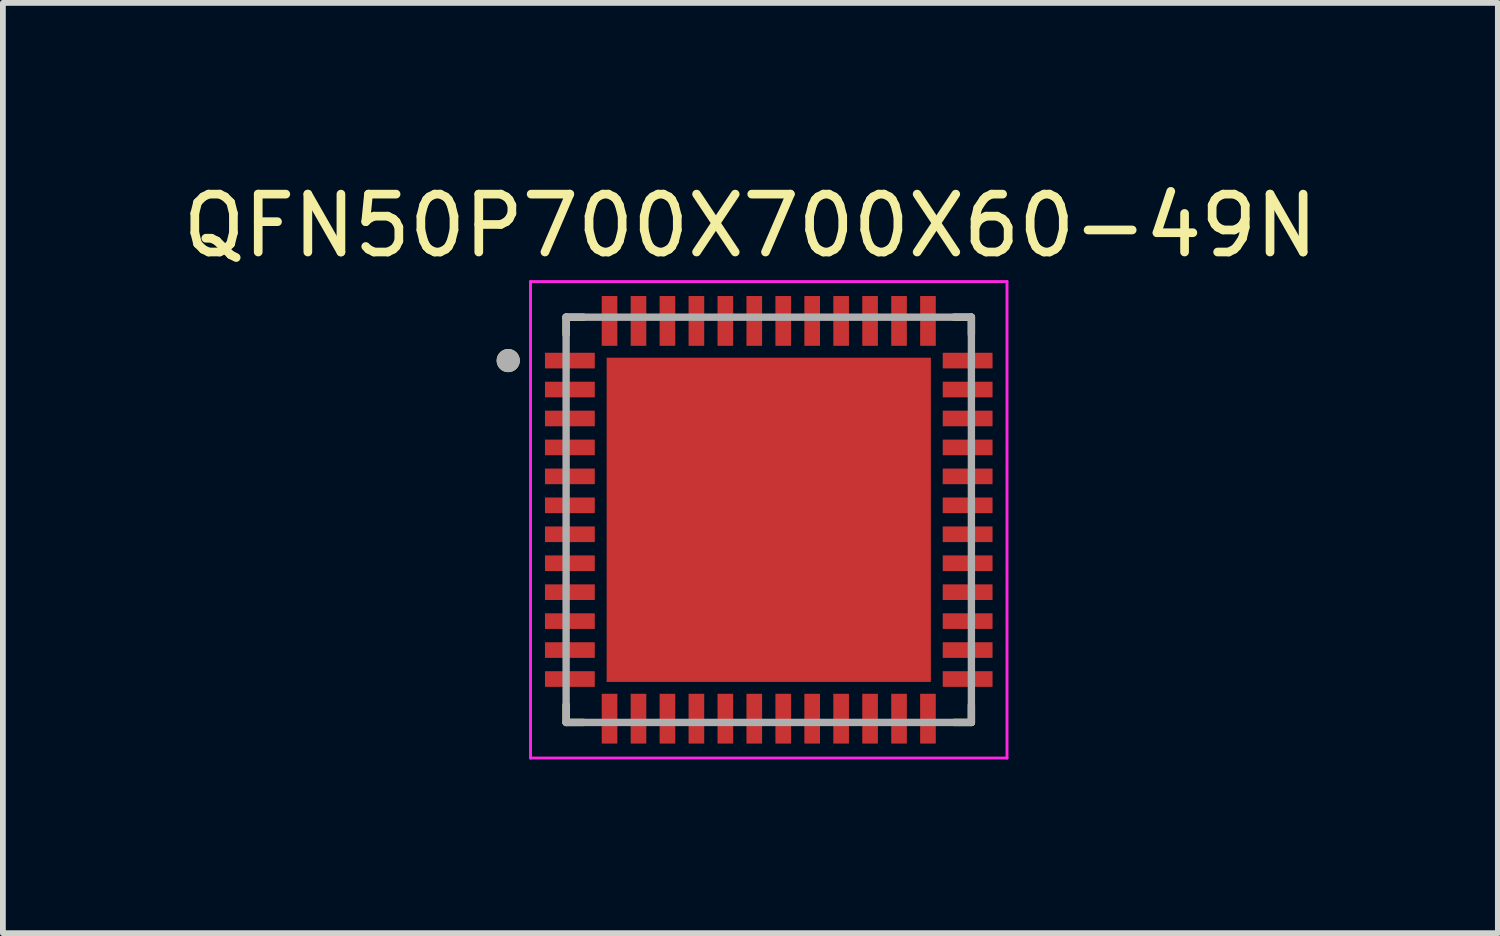
<source format=kicad_pcb>
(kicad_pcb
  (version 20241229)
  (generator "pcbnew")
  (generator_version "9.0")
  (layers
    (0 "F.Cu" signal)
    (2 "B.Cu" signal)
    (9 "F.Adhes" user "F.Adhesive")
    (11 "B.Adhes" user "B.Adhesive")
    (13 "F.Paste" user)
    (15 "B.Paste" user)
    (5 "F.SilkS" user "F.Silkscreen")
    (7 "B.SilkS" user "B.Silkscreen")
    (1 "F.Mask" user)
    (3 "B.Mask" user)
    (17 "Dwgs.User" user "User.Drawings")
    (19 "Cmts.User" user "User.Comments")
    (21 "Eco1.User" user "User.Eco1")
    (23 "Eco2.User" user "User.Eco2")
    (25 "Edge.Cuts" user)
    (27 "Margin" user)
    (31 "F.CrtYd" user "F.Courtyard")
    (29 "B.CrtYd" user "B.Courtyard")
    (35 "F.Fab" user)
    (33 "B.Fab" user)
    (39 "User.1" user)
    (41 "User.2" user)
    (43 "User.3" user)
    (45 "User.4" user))
  (footprint "QFN50P700X700X60-49N"
    (layer "F.Cu")
    (at 10.228 5.928)
    (property "Reference" "QFN50P700X700X60-49N" (at -0.318 -5.08 0) (layer "F.SilkS") (effects (font (size 1 1) (thickness 0.15))))
    (attr smd)
    (fp_poly (pts (xy -3.915 -2.935) (xy -2.955 -2.935) (xy -2.955 -2.565) (xy -3.915 -2.565)) (stroke (width 0.01) (type solid)) (fill yes) (layer "F.Mask"))
    (fp_poly (pts (xy -3.915 -2.435) (xy -2.955 -2.435) (xy -2.955 -2.065) (xy -3.915 -2.065)) (stroke (width 0.01) (type solid)) (fill yes) (layer "F.Mask"))
    (fp_poly (pts (xy -3.915 -1.935) (xy -2.955 -1.935) (xy -2.955 -1.565) (xy -3.915 -1.565)) (stroke (width 0.01) (type solid)) (fill yes) (layer "F.Mask"))
    (fp_poly (pts (xy -3.915 -1.435) (xy -2.955 -1.435) (xy -2.955 -1.065) (xy -3.915 -1.065)) (stroke (width 0.01) (type solid)) (fill yes) (layer "F.Mask"))
    (fp_poly (pts (xy -3.915 -0.935) (xy -2.955 -0.935) (xy -2.955 -0.565) (xy -3.915 -0.565)) (stroke (width 0.01) (type solid)) (fill yes) (layer "F.Mask"))
    (fp_poly (pts (xy -3.915 -0.435) (xy -2.955 -0.435) (xy -2.955 -0.065) (xy -3.915 -0.065)) (stroke (width 0.01) (type solid)) (fill yes) (layer "F.Mask"))
    (fp_poly (pts (xy -3.915 0.065) (xy -2.955 0.065) (xy -2.955 0.435) (xy -3.915 0.435)) (stroke (width 0.01) (type solid)) (fill yes) (layer "F.Mask"))
    (fp_poly (pts (xy -3.915 0.565) (xy -2.955 0.565) (xy -2.955 0.935) (xy -3.915 0.935)) (stroke (width 0.01) (type solid)) (fill yes) (layer "F.Mask"))
    (fp_poly (pts (xy -3.915 1.065) (xy -2.955 1.065) (xy -2.955 1.435) (xy -3.915 1.435)) (stroke (width 0.01) (type solid)) (fill yes) (layer "F.Mask"))
    (fp_poly (pts (xy -3.915 1.565) (xy -2.955 1.565) (xy -2.955 1.935) (xy -3.915 1.935)) (stroke (width 0.01) (type solid)) (fill yes) (layer "F.Mask"))
    (fp_poly (pts (xy -3.915 2.065) (xy -2.955 2.065) (xy -2.955 2.435) (xy -3.915 2.435)) (stroke (width 0.01) (type solid)) (fill yes) (layer "F.Mask"))
    (fp_poly (pts (xy -3.915 2.565) (xy -2.955 2.565) (xy -2.955 2.935) (xy -3.915 2.935)) (stroke (width 0.01) (type solid)) (fill yes) (layer "F.Mask"))
    (fp_poly (pts (xy -2.935 -3.915) (xy -2.565 -3.915) (xy -2.565 -2.955) (xy -2.935 -2.955)) (stroke (width 0.01) (type solid)) (fill yes) (layer "F.Mask"))
    (fp_poly (pts (xy -2.935 2.955) (xy -2.565 2.955) (xy -2.565 3.915) (xy -2.935 3.915)) (stroke (width 0.01) (type solid)) (fill yes) (layer "F.Mask"))
    (fp_poly (pts (xy -2.85 -2.85) (xy 2.85 -2.85) (xy 2.85 2.85) (xy -2.85 2.85)) (stroke (width 0.01) (type solid)) (fill yes) (layer "F.Mask"))
    (fp_poly (pts (xy -2.435 -3.915) (xy -2.065 -3.915) (xy -2.065 -2.955) (xy -2.435 -2.955)) (stroke (width 0.01) (type solid)) (fill yes) (layer "F.Mask"))
    (fp_poly (pts (xy -2.435 2.955) (xy -2.065 2.955) (xy -2.065 3.915) (xy -2.435 3.915)) (stroke (width 0.01) (type solid)) (fill yes) (layer "F.Mask"))
    (fp_poly (pts (xy -1.935 -3.915) (xy -1.565 -3.915) (xy -1.565 -2.955) (xy -1.935 -2.955)) (stroke (width 0.01) (type solid)) (fill yes) (layer "F.Mask"))
    (fp_poly (pts (xy -1.935 2.955) (xy -1.565 2.955) (xy -1.565 3.915) (xy -1.935 3.915)) (stroke (width 0.01) (type solid)) (fill yes) (layer "F.Mask"))
    (fp_poly (pts (xy -1.435 -3.915) (xy -1.065 -3.915) (xy -1.065 -2.955) (xy -1.435 -2.955)) (stroke (width 0.01) (type solid)) (fill yes) (layer "F.Mask"))
    (fp_poly (pts (xy -1.435 2.955) (xy -1.065 2.955) (xy -1.065 3.915) (xy -1.435 3.915)) (stroke (width 0.01) (type solid)) (fill yes) (layer "F.Mask"))
    (fp_poly (pts (xy -0.935 -3.915) (xy -0.565 -3.915) (xy -0.565 -2.955) (xy -0.935 -2.955)) (stroke (width 0.01) (type solid)) (fill yes) (layer "F.Mask"))
    (fp_poly (pts (xy -0.935 2.955) (xy -0.565 2.955) (xy -0.565 3.915) (xy -0.935 3.915)) (stroke (width 0.01) (type solid)) (fill yes) (layer "F.Mask"))
    (fp_poly (pts (xy -0.435 -3.915) (xy -0.065 -3.915) (xy -0.065 -2.955) (xy -0.435 -2.955)) (stroke (width 0.01) (type solid)) (fill yes) (layer "F.Mask"))
    (fp_poly (pts (xy -0.435 2.955) (xy -0.065 2.955) (xy -0.065 3.915) (xy -0.435 3.915)) (stroke (width 0.01) (type solid)) (fill yes) (layer "F.Mask"))
    (fp_poly (pts (xy 0.065 -3.915) (xy 0.435 -3.915) (xy 0.435 -2.955) (xy 0.065 -2.955)) (stroke (width 0.01) (type solid)) (fill yes) (layer "F.Mask"))
    (fp_poly (pts (xy 0.065 2.955) (xy 0.435 2.955) (xy 0.435 3.915) (xy 0.065 3.915)) (stroke (width 0.01) (type solid)) (fill yes) (layer "F.Mask"))
    (fp_poly (pts (xy 0.565 -3.915) (xy 0.935 -3.915) (xy 0.935 -2.955) (xy 0.565 -2.955)) (stroke (width 0.01) (type solid)) (fill yes) (layer "F.Mask"))
    (fp_poly (pts (xy 0.565 2.955) (xy 0.935 2.955) (xy 0.935 3.915) (xy 0.565 3.915)) (stroke (width 0.01) (type solid)) (fill yes) (layer "F.Mask"))
    (fp_poly (pts (xy 1.065 -3.915) (xy 1.435 -3.915) (xy 1.435 -2.955) (xy 1.065 -2.955)) (stroke (width 0.01) (type solid)) (fill yes) (layer "F.Mask"))
    (fp_poly (pts (xy 1.065 2.955) (xy 1.435 2.955) (xy 1.435 3.915) (xy 1.065 3.915)) (stroke (width 0.01) (type solid)) (fill yes) (layer "F.Mask"))
    (fp_poly (pts (xy 1.565 -3.915) (xy 1.935 -3.915) (xy 1.935 -2.955) (xy 1.565 -2.955)) (stroke (width 0.01) (type solid)) (fill yes) (layer "F.Mask"))
    (fp_poly (pts (xy 1.565 2.955) (xy 1.935 2.955) (xy 1.935 3.915) (xy 1.565 3.915)) (stroke (width 0.01) (type solid)) (fill yes) (layer "F.Mask"))
    (fp_poly (pts (xy 2.065 -3.915) (xy 2.435 -3.915) (xy 2.435 -2.955) (xy 2.065 -2.955)) (stroke (width 0.01) (type solid)) (fill yes) (layer "F.Mask"))
    (fp_poly (pts (xy 2.065 2.955) (xy 2.435 2.955) (xy 2.435 3.915) (xy 2.065 3.915)) (stroke (width 0.01) (type solid)) (fill yes) (layer "F.Mask"))
    (fp_poly (pts (xy 2.565 -3.915) (xy 2.935 -3.915) (xy 2.935 -2.955) (xy 2.565 -2.955)) (stroke (width 0.01) (type solid)) (fill yes) (layer "F.Mask"))
    (fp_poly (pts (xy 2.565 2.955) (xy 2.935 2.955) (xy 2.935 3.915) (xy 2.565 3.915)) (stroke (width 0.01) (type solid)) (fill yes) (layer "F.Mask"))
    (fp_poly (pts (xy 2.955 -2.935) (xy 3.915 -2.935) (xy 3.915 -2.565) (xy 2.955 -2.565)) (stroke (width 0.01) (type solid)) (fill yes) (layer "F.Mask"))
    (fp_poly (pts (xy 2.955 -2.435) (xy 3.915 -2.435) (xy 3.915 -2.065) (xy 2.955 -2.065)) (stroke (width 0.01) (type solid)) (fill yes) (layer "F.Mask"))
    (fp_poly (pts (xy 2.955 -1.935) (xy 3.915 -1.935) (xy 3.915 -1.565) (xy 2.955 -1.565)) (stroke (width 0.01) (type solid)) (fill yes) (layer "F.Mask"))
    (fp_poly (pts (xy 2.955 -1.435) (xy 3.915 -1.435) (xy 3.915 -1.065) (xy 2.955 -1.065)) (stroke (width 0.01) (type solid)) (fill yes) (layer "F.Mask"))
    (fp_poly (pts (xy 2.955 -0.935) (xy 3.915 -0.935) (xy 3.915 -0.565) (xy 2.955 -0.565)) (stroke (width 0.01) (type solid)) (fill yes) (layer "F.Mask"))
    (fp_poly (pts (xy 2.955 -0.435) (xy 3.915 -0.435) (xy 3.915 -0.065) (xy 2.955 -0.065)) (stroke (width 0.01) (type solid)) (fill yes) (layer "F.Mask"))
    (fp_poly (pts (xy 2.955 0.065) (xy 3.915 0.065) (xy 3.915 0.435) (xy 2.955 0.435)) (stroke (width 0.01) (type solid)) (fill yes) (layer "F.Mask"))
    (fp_poly (pts (xy 2.955 0.565) (xy 3.915 0.565) (xy 3.915 0.935) (xy 2.955 0.935)) (stroke (width 0.01) (type solid)) (fill yes) (layer "F.Mask"))
    (fp_poly (pts (xy 2.955 1.065) (xy 3.915 1.065) (xy 3.915 1.435) (xy 2.955 1.435)) (stroke (width 0.01) (type solid)) (fill yes) (layer "F.Mask"))
    (fp_poly (pts (xy 2.955 1.565) (xy 3.915 1.565) (xy 3.915 1.935) (xy 2.955 1.935)) (stroke (width 0.01) (type solid)) (fill yes) (layer "F.Mask"))
    (fp_poly (pts (xy 2.955 2.065) (xy 3.915 2.065) (xy 3.915 2.435) (xy 2.955 2.435)) (stroke (width 0.01) (type solid)) (fill yes) (layer "F.Mask"))
    (fp_poly (pts (xy 2.955 2.565) (xy 3.915 2.565) (xy 3.915 2.935) (xy 2.955 2.935)) (stroke (width 0.01) (type solid)) (fill yes) (layer "F.Mask"))
    (fp_line (start -3.5 -3.5) (end -3.5 -3.2) (stroke (width 0.127) (type solid)) (layer "F.SilkS"))
    (fp_line (start -3.5 -3.5) (end -3.2 -3.5) (stroke (width 0.127) (type solid)) (layer "F.SilkS"))
    (fp_line (start -3.5 3.5) (end -3.5 3.2) (stroke (width 0.127) (type solid)) (layer "F.SilkS"))
    (fp_line (start -3.5 3.5) (end -3.2 3.5) (stroke (width 0.127) (type solid)) (layer "F.SilkS"))
    (fp_line (start 3.5 -3.5) (end 3.2 -3.5) (stroke (width 0.127) (type solid)) (layer "F.SilkS"))
    (fp_line (start 3.5 -3.5) (end 3.5 -3.2) (stroke (width 0.127) (type solid)) (layer "F.SilkS"))
    (fp_line (start 3.5 3.5) (end 3.2 3.5) (stroke (width 0.127) (type solid)) (layer "F.SilkS"))
    (fp_line (start 3.5 3.5) (end 3.5 3.2) (stroke (width 0.127) (type solid)) (layer "F.SilkS"))
    (fp_circle (center -4.5 -2.75) (end -4.4 -2.75) (stroke (width 0.2) (type solid)) (fill no) (layer "F.SilkS"))
    (fp_poly (pts (xy -2.285 -2.285) (xy -0.515 -2.285) (xy -0.515 -0.515) (xy -2.285 -0.515)) (stroke (width 0.01) (type solid)) (fill yes) (layer "F.Paste"))
    (fp_poly (pts (xy -2.285 0.515) (xy -0.515 0.515) (xy -0.515 2.285) (xy -2.285 2.285)) (stroke (width 0.01) (type solid)) (fill yes) (layer "F.Paste"))
    (fp_poly (pts (xy 0.515 -2.285) (xy 2.285 -2.285) (xy 2.285 -0.515) (xy 0.515 -0.515)) (stroke (width 0.01) (type solid)) (fill yes) (layer "F.Paste"))
    (fp_poly (pts (xy 0.515 0.515) (xy 2.285 0.515) (xy 2.285 2.285) (xy 0.515 2.285)) (stroke (width 0.01) (type solid)) (fill yes) (layer "F.Paste"))
    (fp_line (start -4.115 -4.115) (end 4.115 -4.115) (stroke (width 0.05) (type solid)) (layer "F.CrtYd"))
    (fp_line (start -4.115 4.115) (end -4.115 -4.115) (stroke (width 0.05) (type solid)) (layer "F.CrtYd"))
    (fp_line (start 4.115 -4.115) (end 4.115 4.115) (stroke (width 0.05) (type solid)) (layer "F.CrtYd"))
    (fp_line (start 4.115 4.115) (end -4.115 4.115) (stroke (width 0.05) (type solid)) (layer "F.CrtYd"))
    (fp_line (start -3.5 -3.5) (end 3.5 -3.5) (stroke (width 0.127) (type solid)) (layer "F.Fab"))
    (fp_line (start -3.5 3.5) (end -3.5 -3.5) (stroke (width 0.127) (type solid)) (layer "F.Fab"))
    (fp_line (start 3.5 -3.5) (end 3.5 3.5) (stroke (width 0.127) (type solid)) (layer "F.Fab"))
    (fp_line (start 3.5 3.5) (end -3.5 3.5) (stroke (width 0.127) (type solid)) (layer "F.Fab"))
    (fp_circle (center -4.5 -2.75) (end -4.4 -2.75) (stroke (width 0.2) (type solid)) (fill no) (layer "F.Fab"))
    (pad "1" smd rect (at -3.435 -2.75) (size 0.86 0.27) (layers "F.Cu" "F.Paste"))
    (pad "2" smd rect (at -3.435 -2.25) (size 0.86 0.27) (layers "F.Cu" "F.Paste"))
    (pad "3" smd rect (at -3.435 -1.75) (size 0.86 0.27) (layers "F.Cu" "F.Paste"))
    (pad "4" smd rect (at -3.435 -1.25) (size 0.86 0.27) (layers "F.Cu" "F.Paste"))
    (pad "5" smd rect (at -3.435 -0.75) (size 0.86 0.27) (layers "F.Cu" "F.Paste"))
    (pad "6" smd rect (at -3.435 -0.25) (size 0.86 0.27) (layers "F.Cu" "F.Paste"))
    (pad "7" smd rect (at -3.435 0.25) (size 0.86 0.27) (layers "F.Cu" "F.Paste"))
    (pad "8" smd rect (at -3.435 0.75) (size 0.86 0.27) (layers "F.Cu" "F.Paste"))
    (pad "9" smd rect (at -3.435 1.25) (size 0.86 0.27) (layers "F.Cu" "F.Paste"))
    (pad "10" smd rect (at -3.435 1.75) (size 0.86 0.27) (layers "F.Cu" "F.Paste"))
    (pad "11" smd rect (at -3.435 2.25) (size 0.86 0.27) (layers "F.Cu" "F.Paste"))
    (pad "12" smd rect (at -3.435 2.75) (size 0.86 0.27) (layers "F.Cu" "F.Paste"))
    (pad "13" smd rect (at -2.75 3.435) (size 0.27 0.86) (layers "F.Cu" "F.Paste"))
    (pad "14" smd rect (at -2.25 3.435) (size 0.27 0.86) (layers "F.Cu" "F.Paste"))
    (pad "15" smd rect (at -1.75 3.435) (size 0.27 0.86) (layers "F.Cu" "F.Paste"))
    (pad "16" smd rect (at -1.25 3.435) (size 0.27 0.86) (layers "F.Cu" "F.Paste"))
    (pad "17" smd rect (at -0.75 3.435) (size 0.27 0.86) (layers "F.Cu" "F.Paste"))
    (pad "18" smd rect (at -0.25 3.435) (size 0.27 0.86) (layers "F.Cu" "F.Paste"))
    (pad "19" smd rect (at 0.25 3.435) (size 0.27 0.86) (layers "F.Cu" "F.Paste"))
    (pad "20" smd rect (at 0.75 3.435) (size 0.27 0.86) (layers "F.Cu" "F.Paste"))
    (pad "21" smd rect (at 1.25 3.435) (size 0.27 0.86) (layers "F.Cu" "F.Paste"))
    (pad "22" smd rect (at 1.75 3.435) (size 0.27 0.86) (layers "F.Cu" "F.Paste"))
    (pad "23" smd rect (at 2.25 3.435) (size 0.27 0.86) (layers "F.Cu" "F.Paste"))
    (pad "24" smd rect (at 2.75 3.435) (size 0.27 0.86) (layers "F.Cu" "F.Paste"))
    (pad "25" smd rect (at 3.435 2.75) (size 0.86 0.27) (layers "F.Cu" "F.Paste"))
    (pad "26" smd rect (at 3.435 2.25) (size 0.86 0.27) (layers "F.Cu" "F.Paste"))
    (pad "27" smd rect (at 3.435 1.75) (size 0.86 0.27) (layers "F.Cu" "F.Paste"))
    (pad "28" smd rect (at 3.435 1.25) (size 0.86 0.27) (layers "F.Cu" "F.Paste"))
    (pad "29" smd rect (at 3.435 0.75) (size 0.86 0.27) (layers "F.Cu" "F.Paste"))
    (pad "30" smd rect (at 3.435 0.25) (size 0.86 0.27) (layers "F.Cu" "F.Paste"))
    (pad "31" smd rect (at 3.435 -0.25) (size 0.86 0.27) (layers "F.Cu" "F.Paste"))
    (pad "32" smd rect (at 3.435 -0.75) (size 0.86 0.27) (layers "F.Cu" "F.Paste"))
    (pad "33" smd rect (at 3.435 -1.25) (size 0.86 0.27) (layers "F.Cu" "F.Paste"))
    (pad "34" smd rect (at 3.435 -1.75) (size 0.86 0.27) (layers "F.Cu" "F.Paste"))
    (pad "35" smd rect (at 3.435 -2.25) (size 0.86 0.27) (layers "F.Cu" "F.Paste"))
    (pad "36" smd rect (at 3.435 -2.75) (size 0.86 0.27) (layers "F.Cu" "F.Paste"))
    (pad "37" smd rect (at 2.75 -3.435) (size 0.27 0.86) (layers "F.Cu" "F.Paste"))
    (pad "38" smd rect (at 2.25 -3.435) (size 0.27 0.86) (layers "F.Cu" "F.Paste"))
    (pad "39" smd rect (at 1.75 -3.435) (size 0.27 0.86) (layers "F.Cu" "F.Paste"))
    (pad "40" smd rect (at 1.25 -3.435) (size 0.27 0.86) (layers "F.Cu" "F.Paste"))
    (pad "41" smd rect (at 0.75 -3.435) (size 0.27 0.86) (layers "F.Cu" "F.Paste"))
    (pad "42" smd rect (at 0.25 -3.435) (size 0.27 0.86) (layers "F.Cu" "F.Paste"))
    (pad "43" smd rect (at -0.25 -3.435) (size 0.27 0.86) (layers "F.Cu" "F.Paste"))
    (pad "44" smd rect (at -0.75 -3.435) (size 0.27 0.86) (layers "F.Cu" "F.Paste"))
    (pad "45" smd rect (at -1.25 -3.435) (size 0.27 0.86) (layers "F.Cu" "F.Paste"))
    (pad "46" smd rect (at -1.75 -3.435) (size 0.27 0.86) (layers "F.Cu" "F.Paste"))
    (pad "47" smd rect (at -2.25 -3.435) (size 0.27 0.86) (layers "F.Cu" "F.Paste"))
    (pad "48" smd rect (at -2.75 -3.435) (size 0.27 0.86) (layers "F.Cu" "F.Paste"))
    (pad "49" smd rect (at 0 0) (size 5.6 5.6) (layers "F.Cu")))
  (gr_rect
    (start -3 -3)
    (end 22.821 13.068)
    (stroke (width 0.1) (type default))
    (fill no)
    (layer "Edge.Cuts")))
</source>
